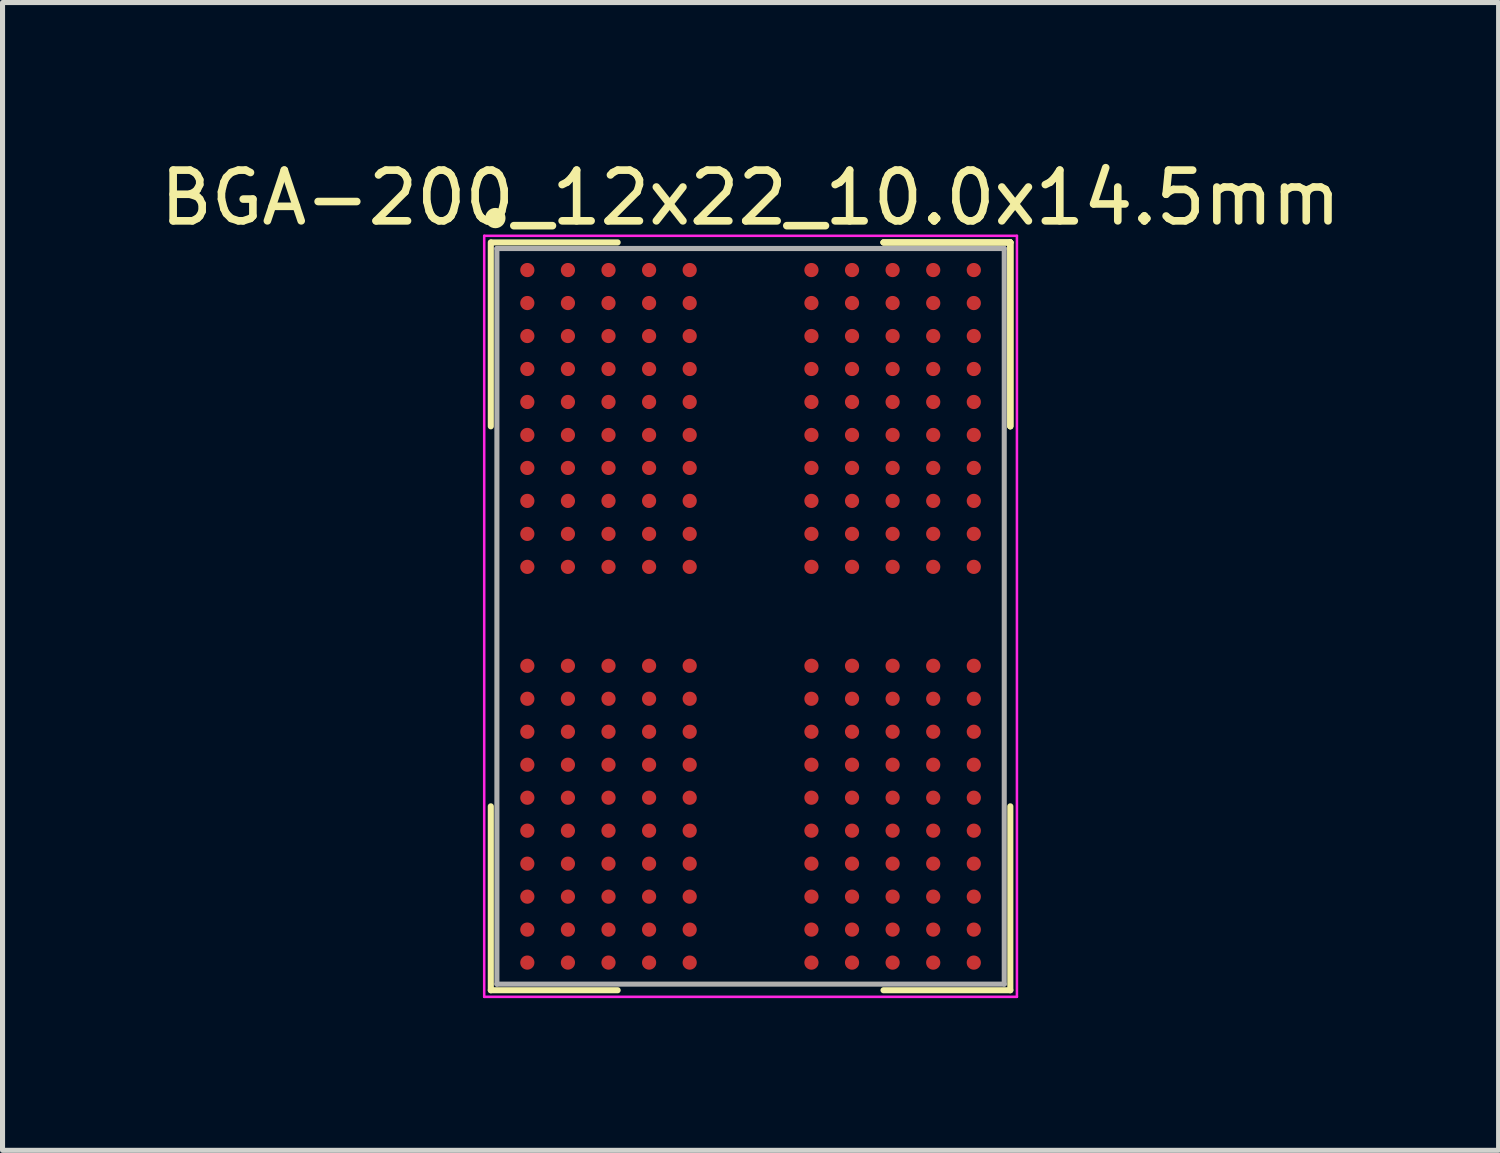
<source format=kicad_pcb>
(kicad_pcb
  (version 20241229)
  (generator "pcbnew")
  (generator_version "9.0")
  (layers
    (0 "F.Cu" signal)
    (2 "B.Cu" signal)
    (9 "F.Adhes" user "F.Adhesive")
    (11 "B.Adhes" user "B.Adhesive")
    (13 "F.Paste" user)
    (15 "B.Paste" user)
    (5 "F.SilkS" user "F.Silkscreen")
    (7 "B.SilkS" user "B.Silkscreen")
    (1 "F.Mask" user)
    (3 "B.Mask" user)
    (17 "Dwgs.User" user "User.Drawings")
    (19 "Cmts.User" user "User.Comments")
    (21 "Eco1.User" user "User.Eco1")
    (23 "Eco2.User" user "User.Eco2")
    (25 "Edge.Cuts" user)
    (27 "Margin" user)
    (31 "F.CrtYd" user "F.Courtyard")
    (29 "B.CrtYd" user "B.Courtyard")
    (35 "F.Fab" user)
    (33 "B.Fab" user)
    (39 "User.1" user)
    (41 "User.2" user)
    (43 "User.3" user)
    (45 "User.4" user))
  (footprint "BGA-200_12x22_10.0x14.5mm"
    (layer "F.Cu")
    (at 11.744 9.098)
    (property "Reference" "BGA-200_12x22_10.0x14.5mm" (at 0 -8.25 0) (layer "F.SilkS") (effects (font (size 1 1) (thickness 0.15))))
    (attr smd)
    (fp_line (start -5.12 -7.37) (end -5.12 -3.745) (stroke (width 0.12) (type solid)) (layer "F.SilkS"))
    (fp_line (start -5.12 7.37) (end -5.12 3.745) (stroke (width 0.12) (type solid)) (layer "F.SilkS"))
    (fp_line (start -2.62 -7.37) (end -5.11 -7.37) (stroke (width 0.12) (type solid)) (layer "F.SilkS"))
    (fp_line (start -2.62 7.37) (end -5.12 7.37) (stroke (width 0.12) (type solid)) (layer "F.SilkS"))
    (fp_line (start 2.62 -7.37) (end 5.12 -7.37) (stroke (width 0.12) (type solid)) (layer "F.SilkS"))
    (fp_line (start 2.62 -7.37) (end 5.12 -7.37) (stroke (width 0.12) (type solid)) (layer "F.SilkS"))
    (fp_line (start 2.62 -7.37) (end 5.12 -7.37) (stroke (width 0.12) (type solid)) (layer "F.SilkS"))
    (fp_line (start 2.62 7.37) (end 5.12 7.37) (stroke (width 0.12) (type solid)) (layer "F.SilkS"))
    (fp_line (start 5.12 -7.37) (end 5.12 -3.745) (stroke (width 0.12) (type solid)) (layer "F.SilkS"))
    (fp_line (start 5.12 -7.37) (end 5.12 -3.745) (stroke (width 0.12) (type solid)) (layer "F.SilkS"))
    (fp_line (start 5.12 -7.37) (end 5.12 -3.745) (stroke (width 0.12) (type solid)) (layer "F.SilkS"))
    (fp_line (start 5.12 7.37) (end 5.12 3.745) (stroke (width 0.12) (type solid)) (layer "F.SilkS"))
    (fp_circle (center -5.03 -7.85) (end -5.03 -7.75) (stroke (width 0.2) (type solid)) (fill no) (layer "F.SilkS"))
    (fp_line (start -5.25 -7.5) (end 5.25 -7.5) (stroke (width 0.05) (type solid)) (layer "F.CrtYd"))
    (fp_line (start -5.25 7.5) (end -5.25 -7.5) (stroke (width 0.05) (type solid)) (layer "F.CrtYd"))
    (fp_line (start 5.25 -7.5) (end 5.25 7.5) (stroke (width 0.05) (type solid)) (layer "F.CrtYd"))
    (fp_line (start 5.25 7.5) (end -5.25 7.5) (stroke (width 0.05) (type solid)) (layer "F.CrtYd"))
    (fp_line (start -5 -7.25) (end -5 7.25) (stroke (width 0.1) (type solid)) (layer "F.Fab"))
    (fp_line (start -5 7.25) (end 5 7.25) (stroke (width 0.1) (type solid)) (layer "F.Fab"))
    (fp_line (start 5 -7.25) (end -5 -7.25) (stroke (width 0.1) (type solid)) (layer "F.Fab"))
    (fp_line (start 5 7.25) (end 5 -7.25) (stroke (width 0.1) (type solid)) (layer "F.Fab"))
    (pad "A1" smd circle (at -4.4 -6.825) (size 0.28 0.28) (layers "F.Cu" "F.Mask" "F.Paste"))
    (pad "A2" smd circle (at -3.6 -6.825) (size 0.28 0.28) (layers "F.Cu" "F.Mask" "F.Paste"))
    (pad "A3" smd circle (at -2.8 -6.825) (size 0.28 0.28) (layers "F.Cu" "F.Mask" "F.Paste"))
    (pad "A4" smd circle (at -2 -6.825) (size 0.28 0.28) (layers "F.Cu" "F.Mask" "F.Paste"))
    (pad "A5" smd circle (at -1.2 -6.825) (size 0.28 0.28) (layers "F.Cu" "F.Mask" "F.Paste"))
    (pad "A8" smd circle (at 1.2 -6.825) (size 0.28 0.28) (layers "F.Cu" "F.Mask" "F.Paste"))
    (pad "A9" smd circle (at 2 -6.825) (size 0.28 0.28) (layers "F.Cu" "F.Mask" "F.Paste"))
    (pad "A10" smd circle (at 2.8 -6.825) (size 0.28 0.28) (layers "F.Cu" "F.Mask" "F.Paste"))
    (pad "A11" smd circle (at 3.6 -6.825) (size 0.28 0.28) (layers "F.Cu" "F.Mask" "F.Paste"))
    (pad "A12" smd circle (at 4.4 -6.825) (size 0.28 0.28) (layers "F.Cu" "F.Mask" "F.Paste"))
    (pad "AA1" smd circle (at -4.4 6.175) (size 0.28 0.28) (layers "F.Cu" "F.Mask" "F.Paste"))
    (pad "AA2" smd circle (at -3.6 6.175) (size 0.28 0.28) (layers "F.Cu" "F.Mask" "F.Paste"))
    (pad "AA3" smd circle (at -2.8 6.175) (size 0.28 0.28) (layers "F.Cu" "F.Mask" "F.Paste"))
    (pad "AA4" smd circle (at -2 6.175) (size 0.28 0.28) (layers "F.Cu" "F.Mask" "F.Paste"))
    (pad "AA5" smd circle (at -1.2 6.175) (size 0.28 0.28) (layers "F.Cu" "F.Mask" "F.Paste"))
    (pad "AA8" smd circle (at 1.2 6.175) (size 0.28 0.28) (layers "F.Cu" "F.Mask" "F.Paste"))
    (pad "AA9" smd circle (at 2 6.175) (size 0.28 0.28) (layers "F.Cu" "F.Mask" "F.Paste"))
    (pad "AA10" smd circle (at 2.8 6.175) (size 0.28 0.28) (layers "F.Cu" "F.Mask" "F.Paste"))
    (pad "AA11" smd circle (at 3.6 6.175) (size 0.28 0.28) (layers "F.Cu" "F.Mask" "F.Paste"))
    (pad "AA12" smd circle (at 4.4 6.175) (size 0.28 0.28) (layers "F.Cu" "F.Mask" "F.Paste"))
    (pad "AB1" smd circle (at -4.4 6.825) (size 0.28 0.28) (layers "F.Cu" "F.Mask" "F.Paste"))
    (pad "AB2" smd circle (at -3.6 6.825) (size 0.28 0.28) (layers "F.Cu" "F.Mask" "F.Paste"))
    (pad "AB3" smd circle (at -2.8 6.825) (size 0.28 0.28) (layers "F.Cu" "F.Mask" "F.Paste"))
    (pad "AB4" smd circle (at -2 6.825) (size 0.28 0.28) (layers "F.Cu" "F.Mask" "F.Paste"))
    (pad "AB5" smd circle (at -1.2 6.825) (size 0.28 0.28) (layers "F.Cu" "F.Mask" "F.Paste"))
    (pad "AB8" smd circle (at 1.2 6.825) (size 0.28 0.28) (layers "F.Cu" "F.Mask" "F.Paste"))
    (pad "AB9" smd circle (at 2 6.825) (size 0.28 0.28) (layers "F.Cu" "F.Mask" "F.Paste"))
    (pad "AB10" smd circle (at 2.8 6.825) (size 0.28 0.28) (layers "F.Cu" "F.Mask" "F.Paste"))
    (pad "AB11" smd circle (at 3.6 6.825) (size 0.28 0.28) (layers "F.Cu" "F.Mask" "F.Paste"))
    (pad "AB12" smd circle (at 4.4 6.825) (size 0.28 0.28) (layers "F.Cu" "F.Mask" "F.Paste"))
    (pad "B1" smd circle (at -4.4 -6.175) (size 0.28 0.28) (layers "F.Cu" "F.Mask" "F.Paste"))
    (pad "B2" smd circle (at -3.6 -6.175) (size 0.28 0.28) (layers "F.Cu" "F.Mask" "F.Paste"))
    (pad "B3" smd circle (at -2.8 -6.175) (size 0.28 0.28) (layers "F.Cu" "F.Mask" "F.Paste"))
    (pad "B4" smd circle (at -2 -6.175) (size 0.28 0.28) (layers "F.Cu" "F.Mask" "F.Paste"))
    (pad "B5" smd circle (at -1.2 -6.175) (size 0.28 0.28) (layers "F.Cu" "F.Mask" "F.Paste"))
    (pad "B8" smd circle (at 1.2 -6.175) (size 0.28 0.28) (layers "F.Cu" "F.Mask" "F.Paste"))
    (pad "B9" smd circle (at 2 -6.175) (size 0.28 0.28) (layers "F.Cu" "F.Mask" "F.Paste"))
    (pad "B10" smd circle (at 2.8 -6.175) (size 0.28 0.28) (layers "F.Cu" "F.Mask" "F.Paste"))
    (pad "B11" smd circle (at 3.6 -6.175) (size 0.28 0.28) (layers "F.Cu" "F.Mask" "F.Paste"))
    (pad "B12" smd circle (at 4.4 -6.175) (size 0.28 0.28) (layers "F.Cu" "F.Mask" "F.Paste"))
    (pad "C1" smd circle (at -4.4 -5.525) (size 0.28 0.28) (layers "F.Cu" "F.Mask" "F.Paste"))
    (pad "C2" smd circle (at -3.6 -5.525) (size 0.28 0.28) (layers "F.Cu" "F.Mask" "F.Paste"))
    (pad "C3" smd circle (at -2.8 -5.525) (size 0.28 0.28) (layers "F.Cu" "F.Mask" "F.Paste"))
    (pad "C4" smd circle (at -2 -5.525) (size 0.28 0.28) (layers "F.Cu" "F.Mask" "F.Paste"))
    (pad "C5" smd circle (at -1.2 -5.525) (size 0.28 0.28) (layers "F.Cu" "F.Mask" "F.Paste"))
    (pad "C8" smd circle (at 1.2 -5.525) (size 0.28 0.28) (layers "F.Cu" "F.Mask" "F.Paste"))
    (pad "C9" smd circle (at 2 -5.525) (size 0.28 0.28) (layers "F.Cu" "F.Mask" "F.Paste"))
    (pad "C10" smd circle (at 2.8 -5.525) (size 0.28 0.28) (layers "F.Cu" "F.Mask" "F.Paste"))
    (pad "C11" smd circle (at 3.6 -5.525) (size 0.28 0.28) (layers "F.Cu" "F.Mask" "F.Paste"))
    (pad "C12" smd circle (at 4.4 -5.525) (size 0.28 0.28) (layers "F.Cu" "F.Mask" "F.Paste"))
    (pad "D1" smd circle (at -4.4 -4.875) (size 0.28 0.28) (layers "F.Cu" "F.Mask" "F.Paste"))
    (pad "D2" smd circle (at -3.6 -4.875) (size 0.28 0.28) (layers "F.Cu" "F.Mask" "F.Paste"))
    (pad "D3" smd circle (at -2.8 -4.875) (size 0.28 0.28) (layers "F.Cu" "F.Mask" "F.Paste"))
    (pad "D4" smd circle (at -2 -4.875) (size 0.28 0.28) (layers "F.Cu" "F.Mask" "F.Paste"))
    (pad "D5" smd circle (at -1.2 -4.875) (size 0.28 0.28) (layers "F.Cu" "F.Mask" "F.Paste"))
    (pad "D8" smd circle (at 1.2 -4.875) (size 0.28 0.28) (layers "F.Cu" "F.Mask" "F.Paste"))
    (pad "D9" smd circle (at 2 -4.875) (size 0.28 0.28) (layers "F.Cu" "F.Mask" "F.Paste"))
    (pad "D10" smd circle (at 2.8 -4.875) (size 0.28 0.28) (layers "F.Cu" "F.Mask" "F.Paste"))
    (pad "D11" smd circle (at 3.6 -4.875) (size 0.28 0.28) (layers "F.Cu" "F.Mask" "F.Paste"))
    (pad "D12" smd circle (at 4.4 -4.875) (size 0.28 0.28) (layers "F.Cu" "F.Mask" "F.Paste"))
    (pad "E1" smd circle (at -4.4 -4.225) (size 0.28 0.28) (layers "F.Cu" "F.Mask" "F.Paste"))
    (pad "E2" smd circle (at -3.6 -4.225) (size 0.28 0.28) (layers "F.Cu" "F.Mask" "F.Paste"))
    (pad "E3" smd circle (at -2.8 -4.225) (size 0.28 0.28) (layers "F.Cu" "F.Mask" "F.Paste"))
    (pad "E4" smd circle (at -2 -4.225) (size 0.28 0.28) (layers "F.Cu" "F.Mask" "F.Paste"))
    (pad "E5" smd circle (at -1.2 -4.225) (size 0.28 0.28) (layers "F.Cu" "F.Mask" "F.Paste"))
    (pad "E8" smd circle (at 1.2 -4.225) (size 0.28 0.28) (layers "F.Cu" "F.Mask" "F.Paste"))
    (pad "E9" smd circle (at 2 -4.225) (size 0.28 0.28) (layers "F.Cu" "F.Mask" "F.Paste"))
    (pad "E10" smd circle (at 2.8 -4.225) (size 0.28 0.28) (layers "F.Cu" "F.Mask" "F.Paste"))
    (pad "E11" smd circle (at 3.6 -4.225) (size 0.28 0.28) (layers "F.Cu" "F.Mask" "F.Paste"))
    (pad "E12" smd circle (at 4.4 -4.225) (size 0.28 0.28) (layers "F.Cu" "F.Mask" "F.Paste"))
    (pad "F1" smd circle (at -4.4 -3.575) (size 0.28 0.28) (layers "F.Cu" "F.Mask" "F.Paste"))
    (pad "F2" smd circle (at -3.6 -3.575) (size 0.28 0.28) (layers "F.Cu" "F.Mask" "F.Paste"))
    (pad "F3" smd circle (at -2.8 -3.575) (size 0.28 0.28) (layers "F.Cu" "F.Mask" "F.Paste"))
    (pad "F4" smd circle (at -2 -3.575) (size 0.28 0.28) (layers "F.Cu" "F.Mask" "F.Paste"))
    (pad "F5" smd circle (at -1.2 -3.575) (size 0.28 0.28) (layers "F.Cu" "F.Mask" "F.Paste"))
    (pad "F8" smd circle (at 1.2 -3.575) (size 0.28 0.28) (layers "F.Cu" "F.Mask" "F.Paste"))
    (pad "F9" smd circle (at 2 -3.575) (size 0.28 0.28) (layers "F.Cu" "F.Mask" "F.Paste"))
    (pad "F10" smd circle (at 2.8 -3.575) (size 0.28 0.28) (layers "F.Cu" "F.Mask" "F.Paste"))
    (pad "F11" smd circle (at 3.6 -3.575) (size 0.28 0.28) (layers "F.Cu" "F.Mask" "F.Paste"))
    (pad "F12" smd circle (at 4.4 -3.575) (size 0.28 0.28) (layers "F.Cu" "F.Mask" "F.Paste"))
    (pad "G1" smd circle (at -4.4 -2.925) (size 0.28 0.28) (layers "F.Cu" "F.Mask" "F.Paste"))
    (pad "G2" smd circle (at -3.6 -2.925) (size 0.28 0.28) (layers "F.Cu" "F.Mask" "F.Paste"))
    (pad "G3" smd circle (at -2.8 -2.925) (size 0.28 0.28) (layers "F.Cu" "F.Mask" "F.Paste"))
    (pad "G4" smd circle (at -2 -2.925) (size 0.28 0.28) (layers "F.Cu" "F.Mask" "F.Paste"))
    (pad "G5" smd circle (at -1.2 -2.925) (size 0.28 0.28) (layers "F.Cu" "F.Mask" "F.Paste"))
    (pad "G8" smd circle (at 1.2 -2.925) (size 0.28 0.28) (layers "F.Cu" "F.Mask" "F.Paste"))
    (pad "G9" smd circle (at 2 -2.925) (size 0.28 0.28) (layers "F.Cu" "F.Mask" "F.Paste"))
    (pad "G10" smd circle (at 2.8 -2.925) (size 0.28 0.28) (layers "F.Cu" "F.Mask" "F.Paste"))
    (pad "G11" smd circle (at 3.6 -2.925) (size 0.28 0.28) (layers "F.Cu" "F.Mask" "F.Paste"))
    (pad "G12" smd circle (at 4.4 -2.925) (size 0.28 0.28) (layers "F.Cu" "F.Mask" "F.Paste"))
    (pad "H1" smd circle (at -4.4 -2.275) (size 0.28 0.28) (layers "F.Cu" "F.Mask" "F.Paste"))
    (pad "H2" smd circle (at -3.6 -2.275) (size 0.28 0.28) (layers "F.Cu" "F.Mask" "F.Paste"))
    (pad "H3" smd circle (at -2.8 -2.275) (size 0.28 0.28) (layers "F.Cu" "F.Mask" "F.Paste"))
    (pad "H4" smd circle (at -2 -2.275) (size 0.28 0.28) (layers "F.Cu" "F.Mask" "F.Paste"))
    (pad "H5" smd circle (at -1.2 -2.275) (size 0.28 0.28) (layers "F.Cu" "F.Mask" "F.Paste"))
    (pad "H8" smd circle (at 1.2 -2.275) (size 0.28 0.28) (layers "F.Cu" "F.Mask" "F.Paste"))
    (pad "H9" smd circle (at 2 -2.275) (size 0.28 0.28) (layers "F.Cu" "F.Mask" "F.Paste"))
    (pad "H10" smd circle (at 2.8 -2.275) (size 0.28 0.28) (layers "F.Cu" "F.Mask" "F.Paste"))
    (pad "H11" smd circle (at 3.6 -2.275) (size 0.28 0.28) (layers "F.Cu" "F.Mask" "F.Paste"))
    (pad "H12" smd circle (at 4.4 -2.275) (size 0.28 0.28) (layers "F.Cu" "F.Mask" "F.Paste"))
    (pad "J1" smd circle (at -4.4 -1.625) (size 0.28 0.28) (layers "F.Cu" "F.Mask" "F.Paste"))
    (pad "J2" smd circle (at -3.6 -1.625) (size 0.28 0.28) (layers "F.Cu" "F.Mask" "F.Paste"))
    (pad "J3" smd circle (at -2.8 -1.625) (size 0.28 0.28) (layers "F.Cu" "F.Mask" "F.Paste"))
    (pad "J4" smd circle (at -2 -1.625) (size 0.28 0.28) (layers "F.Cu" "F.Mask" "F.Paste"))
    (pad "J5" smd circle (at -1.2 -1.625) (size 0.28 0.28) (layers "F.Cu" "F.Mask" "F.Paste"))
    (pad "J8" smd circle (at 1.2 -1.625) (size 0.28 0.28) (layers "F.Cu" "F.Mask" "F.Paste"))
    (pad "J9" smd circle (at 2 -1.625) (size 0.28 0.28) (layers "F.Cu" "F.Mask" "F.Paste"))
    (pad "J10" smd circle (at 2.8 -1.625) (size 0.28 0.28) (layers "F.Cu" "F.Mask" "F.Paste"))
    (pad "J11" smd circle (at 3.6 -1.625) (size 0.28 0.28) (layers "F.Cu" "F.Mask" "F.Paste"))
    (pad "J12" smd circle (at 4.4 -1.625) (size 0.28 0.28) (layers "F.Cu" "F.Mask" "F.Paste"))
    (pad "K1" smd circle (at -4.4 -0.975) (size 0.28 0.28) (layers "F.Cu" "F.Mask" "F.Paste"))
    (pad "K2" smd circle (at -3.6 -0.975) (size 0.28 0.28) (layers "F.Cu" "F.Mask" "F.Paste"))
    (pad "K3" smd circle (at -2.8 -0.975) (size 0.28 0.28) (layers "F.Cu" "F.Mask" "F.Paste"))
    (pad "K4" smd circle (at -2 -0.975) (size 0.28 0.28) (layers "F.Cu" "F.Mask" "F.Paste"))
    (pad "K5" smd circle (at -1.2 -0.975) (size 0.28 0.28) (layers "F.Cu" "F.Mask" "F.Paste"))
    (pad "K8" smd circle (at 1.2 -0.975) (size 0.28 0.28) (layers "F.Cu" "F.Mask" "F.Paste"))
    (pad "K9" smd circle (at 2 -0.975) (size 0.28 0.28) (layers "F.Cu" "F.Mask" "F.Paste"))
    (pad "K10" smd circle (at 2.8 -0.975) (size 0.28 0.28) (layers "F.Cu" "F.Mask" "F.Paste"))
    (pad "K11" smd circle (at 3.6 -0.975) (size 0.28 0.28) (layers "F.Cu" "F.Mask" "F.Paste"))
    (pad "K12" smd circle (at 4.4 -0.975) (size 0.28 0.28) (layers "F.Cu" "F.Mask" "F.Paste"))
    (pad "N1" smd circle (at -4.4 0.975) (size 0.28 0.28) (layers "F.Cu" "F.Mask" "F.Paste"))
    (pad "N2" smd circle (at -3.6 0.975) (size 0.28 0.28) (layers "F.Cu" "F.Mask" "F.Paste"))
    (pad "N3" smd circle (at -2.8 0.975) (size 0.28 0.28) (layers "F.Cu" "F.Mask" "F.Paste"))
    (pad "N4" smd circle (at -2 0.975) (size 0.28 0.28) (layers "F.Cu" "F.Mask" "F.Paste"))
    (pad "N5" smd circle (at -1.2 0.975) (size 0.28 0.28) (layers "F.Cu" "F.Mask" "F.Paste"))
    (pad "N8" smd circle (at 1.2 0.975) (size 0.28 0.28) (layers "F.Cu" "F.Mask" "F.Paste"))
    (pad "N9" smd circle (at 2 0.975) (size 0.28 0.28) (layers "F.Cu" "F.Mask" "F.Paste"))
    (pad "N10" smd circle (at 2.8 0.975) (size 0.28 0.28) (layers "F.Cu" "F.Mask" "F.Paste"))
    (pad "N11" smd circle (at 3.6 0.975) (size 0.28 0.28) (layers "F.Cu" "F.Mask" "F.Paste"))
    (pad "N12" smd circle (at 4.4 0.975) (size 0.28 0.28) (layers "F.Cu" "F.Mask" "F.Paste"))
    (pad "P1" smd circle (at -4.4 1.625) (size 0.28 0.28) (layers "F.Cu" "F.Mask" "F.Paste"))
    (pad "P2" smd circle (at -3.6 1.625) (size 0.28 0.28) (layers "F.Cu" "F.Mask" "F.Paste"))
    (pad "P3" smd circle (at -2.8 1.625) (size 0.28 0.28) (layers "F.Cu" "F.Mask" "F.Paste"))
    (pad "P4" smd circle (at -2 1.625) (size 0.28 0.28) (layers "F.Cu" "F.Mask" "F.Paste"))
    (pad "P5" smd circle (at -1.2 1.625) (size 0.28 0.28) (layers "F.Cu" "F.Mask" "F.Paste"))
    (pad "P8" smd circle (at 1.2 1.625) (size 0.28 0.28) (layers "F.Cu" "F.Mask" "F.Paste"))
    (pad "P9" smd circle (at 2 1.625) (size 0.28 0.28) (layers "F.Cu" "F.Mask" "F.Paste"))
    (pad "P10" smd circle (at 2.8 1.625) (size 0.28 0.28) (layers "F.Cu" "F.Mask" "F.Paste"))
    (pad "P11" smd circle (at 3.6 1.625) (size 0.28 0.28) (layers "F.Cu" "F.Mask" "F.Paste"))
    (pad "P12" smd circle (at 4.4 1.625) (size 0.28 0.28) (layers "F.Cu" "F.Mask" "F.Paste"))
    (pad "R1" smd circle (at -4.4 2.275) (size 0.28 0.28) (layers "F.Cu" "F.Mask" "F.Paste"))
    (pad "R2" smd circle (at -3.6 2.275) (size 0.28 0.28) (layers "F.Cu" "F.Mask" "F.Paste"))
    (pad "R3" smd circle (at -2.8 2.275) (size 0.28 0.28) (layers "F.Cu" "F.Mask" "F.Paste"))
    (pad "R4" smd circle (at -2 2.275) (size 0.28 0.28) (layers "F.Cu" "F.Mask" "F.Paste"))
    (pad "R5" smd circle (at -1.2 2.275) (size 0.28 0.28) (layers "F.Cu" "F.Mask" "F.Paste"))
    (pad "R8" smd circle (at 1.2 2.275) (size 0.28 0.28) (layers "F.Cu" "F.Mask" "F.Paste"))
    (pad "R9" smd circle (at 2 2.275) (size 0.28 0.28) (layers "F.Cu" "F.Mask" "F.Paste"))
    (pad "R10" smd circle (at 2.8 2.275) (size 0.28 0.28) (layers "F.Cu" "F.Mask" "F.Paste"))
    (pad "R11" smd circle (at 3.6 2.275) (size 0.28 0.28) (layers "F.Cu" "F.Mask" "F.Paste"))
    (pad "R12" smd circle (at 4.4 2.275) (size 0.28 0.28) (layers "F.Cu" "F.Mask" "F.Paste"))
    (pad "T1" smd circle (at -4.4 2.925) (size 0.28 0.28) (layers "F.Cu" "F.Mask" "F.Paste"))
    (pad "T2" smd circle (at -3.6 2.925) (size 0.28 0.28) (layers "F.Cu" "F.Mask" "F.Paste"))
    (pad "T3" smd circle (at -2.8 2.925) (size 0.28 0.28) (layers "F.Cu" "F.Mask" "F.Paste"))
    (pad "T4" smd circle (at -2 2.925) (size 0.28 0.28) (layers "F.Cu" "F.Mask" "F.Paste"))
    (pad "T5" smd circle (at -1.2 2.925) (size 0.28 0.28) (layers "F.Cu" "F.Mask" "F.Paste"))
    (pad "T8" smd circle (at 1.2 2.925) (size 0.28 0.28) (layers "F.Cu" "F.Mask" "F.Paste"))
    (pad "T9" smd circle (at 2 2.925) (size 0.28 0.28) (layers "F.Cu" "F.Mask" "F.Paste"))
    (pad "T10" smd circle (at 2.8 2.925) (size 0.28 0.28) (layers "F.Cu" "F.Mask" "F.Paste"))
    (pad "T11" smd circle (at 3.6 2.925) (size 0.28 0.28) (layers "F.Cu" "F.Mask" "F.Paste"))
    (pad "T12" smd circle (at 4.4 2.925) (size 0.28 0.28) (layers "F.Cu" "F.Mask" "F.Paste"))
    (pad "U1" smd circle (at -4.4 3.575) (size 0.28 0.28) (layers "F.Cu" "F.Mask" "F.Paste"))
    (pad "U2" smd circle (at -3.6 3.575) (size 0.28 0.28) (layers "F.Cu" "F.Mask" "F.Paste"))
    (pad "U3" smd circle (at -2.8 3.575) (size 0.28 0.28) (layers "F.Cu" "F.Mask" "F.Paste"))
    (pad "U4" smd circle (at -2 3.575) (size 0.28 0.28) (layers "F.Cu" "F.Mask" "F.Paste"))
    (pad "U5" smd circle (at -1.2 3.575) (size 0.28 0.28) (layers "F.Cu" "F.Mask" "F.Paste"))
    (pad "U8" smd circle (at 1.2 3.575) (size 0.28 0.28) (layers "F.Cu" "F.Mask" "F.Paste"))
    (pad "U9" smd circle (at 2 3.575) (size 0.28 0.28) (layers "F.Cu" "F.Mask" "F.Paste"))
    (pad "U10" smd circle (at 2.8 3.575) (size 0.28 0.28) (layers "F.Cu" "F.Mask" "F.Paste"))
    (pad "U11" smd circle (at 3.6 3.575) (size 0.28 0.28) (layers "F.Cu" "F.Mask" "F.Paste"))
    (pad "U12" smd circle (at 4.4 3.575) (size 0.28 0.28) (layers "F.Cu" "F.Mask" "F.Paste"))
    (pad "V1" smd circle (at -4.4 4.225) (size 0.28 0.28) (layers "F.Cu" "F.Mask" "F.Paste"))
    (pad "V2" smd circle (at -3.6 4.225) (size 0.28 0.28) (layers "F.Cu" "F.Mask" "F.Paste"))
    (pad "V3" smd circle (at -2.8 4.225) (size 0.28 0.28) (layers "F.Cu" "F.Mask" "F.Paste"))
    (pad "V4" smd circle (at -2 4.225) (size 0.28 0.28) (layers "F.Cu" "F.Mask" "F.Paste"))
    (pad "V5" smd circle (at -1.2 4.225) (size 0.28 0.28) (layers "F.Cu" "F.Mask" "F.Paste"))
    (pad "V8" smd circle (at 1.2 4.225) (size 0.28 0.28) (layers "F.Cu" "F.Mask" "F.Paste"))
    (pad "V9" smd circle (at 2 4.225) (size 0.28 0.28) (layers "F.Cu" "F.Mask" "F.Paste"))
    (pad "V10" smd circle (at 2.8 4.225) (size 0.28 0.28) (layers "F.Cu" "F.Mask" "F.Paste"))
    (pad "V11" smd circle (at 3.6 4.225) (size 0.28 0.28) (layers "F.Cu" "F.Mask" "F.Paste"))
    (pad "V12" smd circle (at 4.4 4.225) (size 0.28 0.28) (layers "F.Cu" "F.Mask" "F.Paste"))
    (pad "W1" smd circle (at -4.4 4.875) (size 0.28 0.28) (layers "F.Cu" "F.Mask" "F.Paste"))
    (pad "W2" smd circle (at -3.6 4.875) (size 0.28 0.28) (layers "F.Cu" "F.Mask" "F.Paste"))
    (pad "W3" smd circle (at -2.8 4.875) (size 0.28 0.28) (layers "F.Cu" "F.Mask" "F.Paste"))
    (pad "W4" smd circle (at -2 4.875) (size 0.28 0.28) (layers "F.Cu" "F.Mask" "F.Paste"))
    (pad "W5" smd circle (at -1.2 4.875) (size 0.28 0.28) (layers "F.Cu" "F.Mask" "F.Paste"))
    (pad "W8" smd circle (at 1.2 4.875) (size 0.28 0.28) (layers "F.Cu" "F.Mask" "F.Paste"))
    (pad "W9" smd circle (at 2 4.875) (size 0.28 0.28) (layers "F.Cu" "F.Mask" "F.Paste"))
    (pad "W10" smd circle (at 2.8 4.875) (size 0.28 0.28) (layers "F.Cu" "F.Mask" "F.Paste"))
    (pad "W11" smd circle (at 3.6 4.875) (size 0.28 0.28) (layers "F.Cu" "F.Mask" "F.Paste"))
    (pad "W12" smd circle (at 4.4 4.875) (size 0.28 0.28) (layers "F.Cu" "F.Mask" "F.Paste"))
    (pad "Y1" smd circle (at -4.4 5.525) (size 0.28 0.28) (layers "F.Cu" "F.Mask" "F.Paste"))
    (pad "Y2" smd circle (at -3.6 5.525) (size 0.28 0.28) (layers "F.Cu" "F.Mask" "F.Paste"))
    (pad "Y3" smd circle (at -2.8 5.525) (size 0.28 0.28) (layers "F.Cu" "F.Mask" "F.Paste"))
    (pad "Y4" smd circle (at -2 5.525) (size 0.28 0.28) (layers "F.Cu" "F.Mask" "F.Paste"))
    (pad "Y5" smd circle (at -1.2 5.525) (size 0.28 0.28) (layers "F.Cu" "F.Mask" "F.Paste"))
    (pad "Y8" smd circle (at 1.2 5.525) (size 0.28 0.28) (layers "F.Cu" "F.Mask" "F.Paste"))
    (pad "Y9" smd circle (at 2 5.525) (size 0.28 0.28) (layers "F.Cu" "F.Mask" "F.Paste"))
    (pad "Y10" smd circle (at 2.8 5.525) (size 0.28 0.28) (layers "F.Cu" "F.Mask" "F.Paste"))
    (pad "Y11" smd circle (at 3.6 5.525) (size 0.28 0.28) (layers "F.Cu" "F.Mask" "F.Paste"))
    (pad "Y12" smd circle (at 4.4 5.525) (size 0.28 0.28) (layers "F.Cu" "F.Mask" "F.Paste")))
  (gr_rect
    (start -3 -3)
    (end 26.488 19.623)
    (stroke (width 0.1) (type default))
    (fill no)
    (layer "Edge.Cuts")))
</source>
